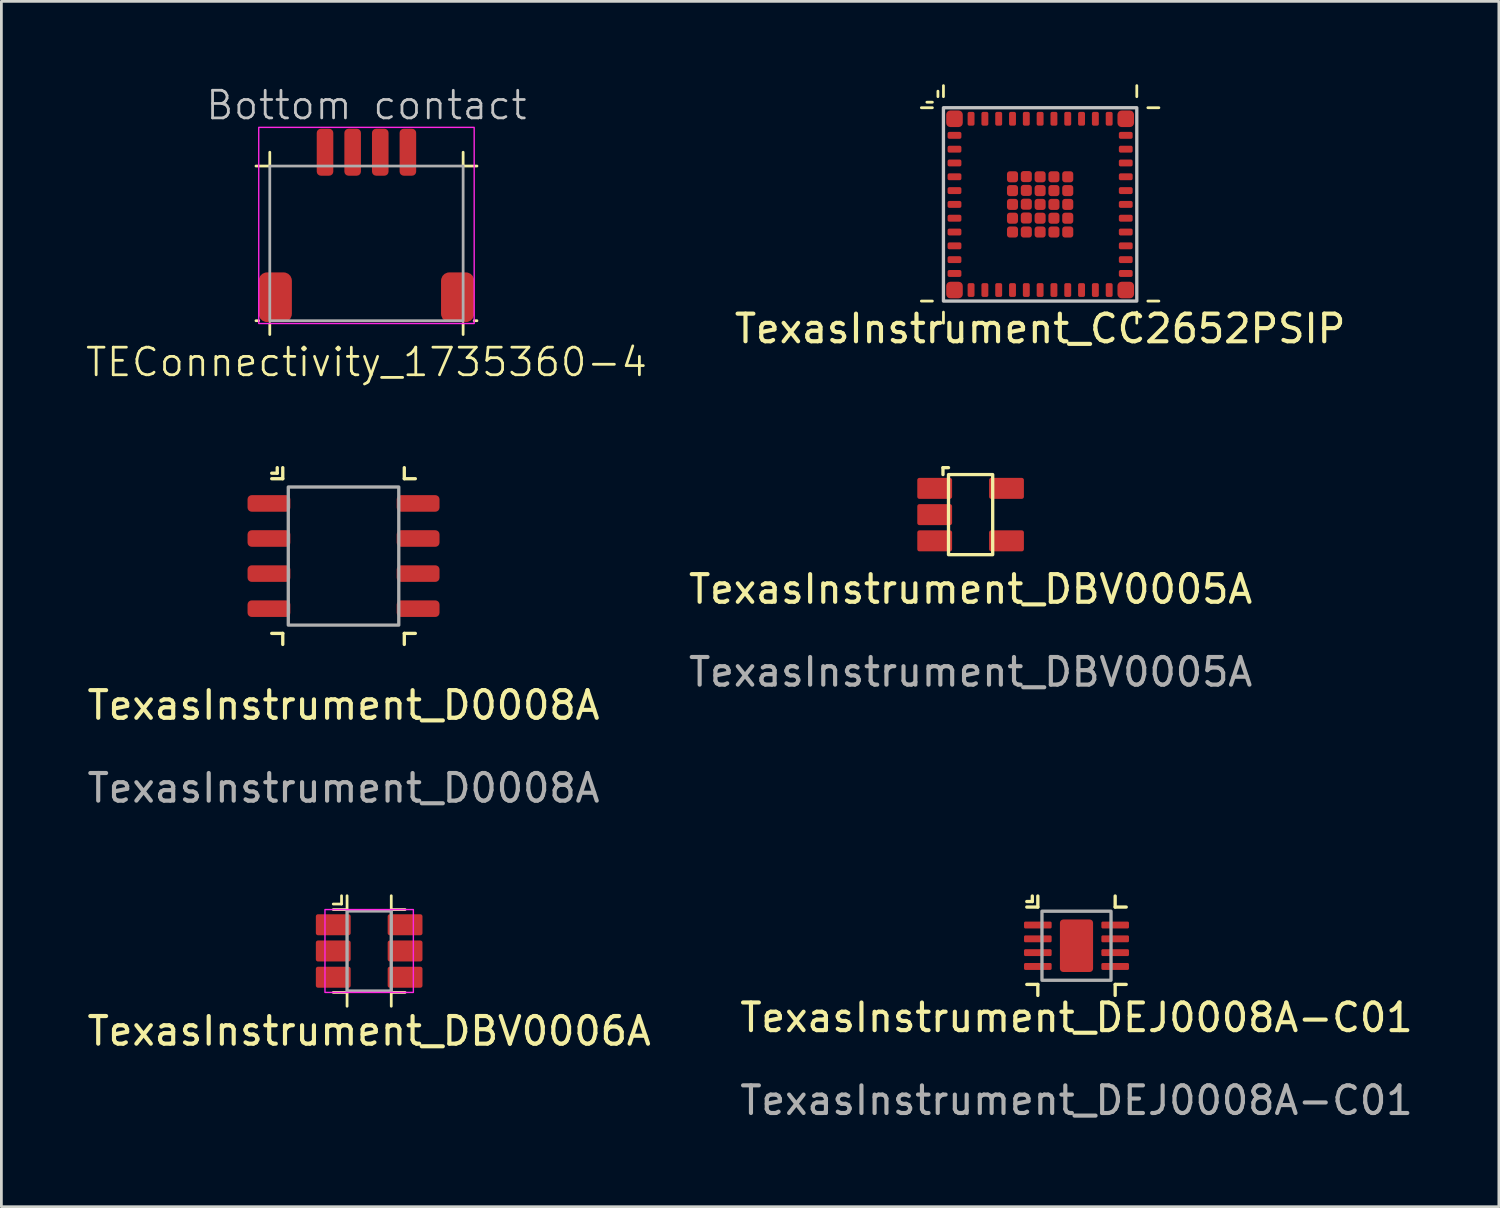
<source format=kicad_pcb>
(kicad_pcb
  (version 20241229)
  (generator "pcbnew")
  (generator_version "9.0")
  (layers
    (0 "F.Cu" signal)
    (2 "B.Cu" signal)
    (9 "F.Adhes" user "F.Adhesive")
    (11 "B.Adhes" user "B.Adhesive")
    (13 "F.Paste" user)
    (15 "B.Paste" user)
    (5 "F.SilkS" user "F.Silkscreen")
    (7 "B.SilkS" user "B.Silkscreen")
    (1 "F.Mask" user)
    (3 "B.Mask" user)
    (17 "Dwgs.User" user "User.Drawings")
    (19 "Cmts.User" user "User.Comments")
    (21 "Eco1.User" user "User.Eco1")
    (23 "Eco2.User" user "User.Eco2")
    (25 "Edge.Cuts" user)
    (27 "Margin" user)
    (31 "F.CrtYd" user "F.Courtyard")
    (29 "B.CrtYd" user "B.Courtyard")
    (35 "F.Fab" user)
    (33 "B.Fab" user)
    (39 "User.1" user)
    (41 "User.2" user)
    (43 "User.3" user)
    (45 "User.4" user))
  (footprint "TexasInstrument_CC2652PSIP"
    (layer "F.Cu")
    (at 34.606 4.35)
    (property "Reference" "TexasInstrument_CC2652PSIP" (at 0 4.5 0) (unlocked yes) (layer "F.SilkS") (effects (font (size 1 1) (thickness 0.15))))
    (attr smd)
    (fp_line (start -4.1 -3.7) (end -3.9 -3.7) (stroke (width 0.1) (type default)) (layer "F.SilkS"))
    (fp_line (start -3.9 -3.5) (end -4.3 -3.5) (stroke (width 0.1) (type default)) (layer "F.SilkS"))
    (fp_line (start -3.9 3.5) (end -4.3 3.5) (stroke (width 0.1) (type default)) (layer "F.SilkS"))
    (fp_line (start -3.7 -3.9) (end -3.7 -4.1) (stroke (width 0.1) (type default)) (layer "F.SilkS"))
    (fp_line (start -3.5 -3.9) (end -3.5 -4.3) (stroke (width 0.1) (type default)) (layer "F.SilkS"))
    (fp_line (start -3.5 3.9) (end -3.5 4.3) (stroke (width 0.1) (type default)) (layer "F.SilkS"))
    (fp_line (start 3.5 -3.9) (end 3.5 -4.3) (stroke (width 0.1) (type default)) (layer "F.SilkS"))
    (fp_line (start 3.5 3.9) (end 3.5 4.3) (stroke (width 0.1) (type default)) (layer "F.SilkS"))
    (fp_line (start 3.9 -3.5) (end 4.3 -3.5) (stroke (width 0.1) (type default)) (layer "F.SilkS"))
    (fp_line (start 3.9 3.5) (end 4.3 3.5) (stroke (width 0.1) (type default)) (layer "F.SilkS"))
    (fp_rect (start -3.5 -3.5) (end 3.5 3.5) (stroke (width 0.12) (type solid)) (fill no) (layer "Dwgs.User"))
    (pad "1" smd roundrect (at -3.1 -3.1) (size 0.6 0.6) (layers "F.Cu" "F.Mask" "F.Paste") (roundrect_rratio 0.25))
    (pad "2" smd roundrect (at -3.1 -2.5) (size 0.5 0.25) (layers "F.Cu" "F.Mask" "F.Paste") (roundrect_rratio 0.25))
    (pad "3" smd roundrect (at -3.1 -2) (size 0.5 0.25) (layers "F.Cu" "F.Mask" "F.Paste") (roundrect_rratio 0.25))
    (pad "4" smd roundrect (at -3.1 -1.5) (size 0.5 0.25) (layers "F.Cu" "F.Mask" "F.Paste") (roundrect_rratio 0.25))
    (pad "5" smd roundrect (at -3.1 -1) (size 0.5 0.25) (layers "F.Cu" "F.Mask" "F.Paste") (roundrect_rratio 0.25))
    (pad "6" smd roundrect (at -3.1 -0.5) (size 0.5 0.25) (layers "F.Cu" "F.Mask" "F.Paste") (roundrect_rratio 0.25))
    (pad "7" smd roundrect (at -3.1 0) (size 0.5 0.25) (layers "F.Cu" "F.Mask" "F.Paste") (roundrect_rratio 0.25))
    (pad "8" smd roundrect (at -3.1 0.5) (size 0.5 0.25) (layers "F.Cu" "F.Mask" "F.Paste") (roundrect_rratio 0.25))
    (pad "9" smd roundrect (at -3.1 1) (size 0.5 0.25) (layers "F.Cu" "F.Mask" "F.Paste") (roundrect_rratio 0.25))
    (pad "10" smd roundrect (at -3.1 1.5) (size 0.5 0.25) (layers "F.Cu" "F.Mask" "F.Paste") (roundrect_rratio 0.25))
    (pad "11" smd roundrect (at -3.1 2) (size 0.5 0.25) (layers "F.Cu" "F.Mask" "F.Paste") (roundrect_rratio 0.25))
    (pad "12" smd roundrect (at -3.1 2.5) (size 0.5 0.25) (layers "F.Cu" "F.Mask" "F.Paste") (roundrect_rratio 0.25))
    (pad "13" smd roundrect (at -3.1 3.1) (size 0.6 0.6) (layers "F.Cu" "F.Mask" "F.Paste") (roundrect_rratio 0.25))
    (pad "14" smd roundrect (at -2.5 3.1 90) (size 0.5 0.25) (layers "F.Cu" "F.Mask" "F.Paste") (roundrect_rratio 0.25))
    (pad "15" smd roundrect (at -2 3.1 90) (size 0.5 0.25) (layers "F.Cu" "F.Mask" "F.Paste") (roundrect_rratio 0.25))
    (pad "16" smd roundrect (at -1.5 3.1 90) (size 0.5 0.25) (layers "F.Cu" "F.Mask" "F.Paste") (roundrect_rratio 0.25))
    (pad "17" smd roundrect (at -1 3.1 90) (size 0.5 0.25) (layers "F.Cu" "F.Mask" "F.Paste") (roundrect_rratio 0.25))
    (pad "18" smd roundrect (at -0.5 3.1 90) (size 0.5 0.25) (layers "F.Cu" "F.Mask" "F.Paste") (roundrect_rratio 0.25))
    (pad "19" smd roundrect (at 0 3.1 90) (size 0.5 0.25) (layers "F.Cu" "F.Mask" "F.Paste") (roundrect_rratio 0.25))
    (pad "20" smd roundrect (at 0.5 3.1 90) (size 0.5 0.25) (layers "F.Cu" "F.Mask" "F.Paste") (roundrect_rratio 0.25))
    (pad "21" smd roundrect (at 1 3.1 90) (size 0.5 0.25) (layers "F.Cu" "F.Mask" "F.Paste") (roundrect_rratio 0.25))
    (pad "22" smd roundrect (at 1.5 3.1 90) (size 0.5 0.25) (layers "F.Cu" "F.Mask" "F.Paste") (roundrect_rratio 0.25))
    (pad "23" smd roundrect (at 2 3.1 90) (size 0.5 0.25) (layers "F.Cu" "F.Mask" "F.Paste") (roundrect_rratio 0.25))
    (pad "24" smd roundrect (at 2.5 3.1 90) (size 0.5 0.25) (layers "F.Cu" "F.Mask" "F.Paste") (roundrect_rratio 0.25))
    (pad "25" smd roundrect (at 3.1 3.1) (size 0.6 0.6) (layers "F.Cu" "F.Mask" "F.Paste") (roundrect_rratio 0.25))
    (pad "26" smd roundrect (at 3.1 2.5) (size 0.5 0.25) (layers "F.Cu" "F.Mask" "F.Paste") (roundrect_rratio 0.25))
    (pad "27" smd roundrect (at 3.1 2) (size 0.5 0.25) (layers "F.Cu" "F.Mask" "F.Paste") (roundrect_rratio 0.25))
    (pad "28" smd roundrect (at 3.1 1.5) (size 0.5 0.25) (layers "F.Cu" "F.Mask" "F.Paste") (roundrect_rratio 0.25))
    (pad "29" smd roundrect (at 3.1 1) (size 0.5 0.25) (layers "F.Cu" "F.Mask" "F.Paste") (roundrect_rratio 0.25))
    (pad "30" smd roundrect (at 3.1 0.5) (size 0.5 0.25) (layers "F.Cu" "F.Mask" "F.Paste") (roundrect_rratio 0.25))
    (pad "31" smd roundrect (at 3.1 0) (size 0.5 0.25) (layers "F.Cu" "F.Mask" "F.Paste") (roundrect_rratio 0.25))
    (pad "32" smd roundrect (at 3.1 -0.5) (size 0.5 0.25) (layers "F.Cu" "F.Mask" "F.Paste") (roundrect_rratio 0.25))
    (pad "33" smd roundrect (at 3.1 -1) (size 0.5 0.25) (layers "F.Cu" "F.Mask" "F.Paste") (roundrect_rratio 0.25))
    (pad "34" smd roundrect (at 3.1 -1.5) (size 0.5 0.25) (layers "F.Cu" "F.Mask" "F.Paste") (roundrect_rratio 0.25))
    (pad "35" smd roundrect (at 3.1 -2) (size 0.5 0.25) (layers "F.Cu" "F.Mask" "F.Paste") (roundrect_rratio 0.25))
    (pad "36" smd roundrect (at 3.1 -2.5) (size 0.5 0.25) (layers "F.Cu" "F.Mask" "F.Paste") (roundrect_rratio 0.25))
    (pad "37" smd roundrect (at 3.1 -3.1) (size 0.6 0.6) (layers "F.Cu" "F.Mask" "F.Paste") (roundrect_rratio 0.25))
    (pad "38" smd roundrect (at 2.5 -3.1 90) (size 0.5 0.25) (layers "F.Cu" "F.Mask" "F.Paste") (roundrect_rratio 0.25))
    (pad "39" smd roundrect (at 2 -3.1 90) (size 0.5 0.25) (layers "F.Cu" "F.Mask" "F.Paste") (roundrect_rratio 0.25))
    (pad "40" smd roundrect (at 1.5 -3.1 90) (size 0.5 0.25) (layers "F.Cu" "F.Mask" "F.Paste") (roundrect_rratio 0.25))
    (pad "41" smd roundrect (at 1 -3.1 90) (size 0.5 0.25) (layers "F.Cu" "F.Mask" "F.Paste") (roundrect_rratio 0.25))
    (pad "42" smd roundrect (at 0.5 -3.1 90) (size 0.5 0.25) (layers "F.Cu" "F.Mask" "F.Paste") (roundrect_rratio 0.25))
    (pad "43" smd roundrect (at 0 -3.1 90) (size 0.5 0.25) (layers "F.Cu" "F.Mask" "F.Paste") (roundrect_rratio 0.25))
    (pad "44" smd roundrect (at -0.5 -3.1 90) (size 0.5 0.25) (layers "F.Cu" "F.Mask" "F.Paste") (roundrect_rratio 0.25))
    (pad "45" smd roundrect (at -1 -3.1 90) (size 0.5 0.25) (layers "F.Cu" "F.Mask" "F.Paste") (roundrect_rratio 0.25))
    (pad "46" smd roundrect (at -1.5 -3.1 90) (size 0.5 0.25) (layers "F.Cu" "F.Mask" "F.Paste") (roundrect_rratio 0.25))
    (pad "47" smd roundrect (at -2 -3.1 90) (size 0.5 0.25) (layers "F.Cu" "F.Mask" "F.Paste") (roundrect_rratio 0.25))
    (pad "48" smd roundrect (at -2.5 -3.1 90) (size 0.5 0.25) (layers "F.Cu" "F.Mask" "F.Paste") (roundrect_rratio 0.25))
    (pad "49" smd roundrect (at -1 -1 90) (size 0.4 0.4) (layers "F.Cu" "F.Mask" "F.Paste") (roundrect_rratio 0.25))
    (pad "50" smd roundrect (at -0.5 -1.007 90) (size 0.4 0.4) (layers "F.Cu" "F.Mask" "F.Paste") (roundrect_rratio 0.25))
    (pad "51" smd roundrect (at 0 -1 90) (size 0.4 0.4) (layers "F.Cu" "F.Mask" "F.Paste") (roundrect_rratio 0.25))
    (pad "52" smd roundrect (at 0.5 -1 90) (size 0.4 0.4) (layers "F.Cu" "F.Mask" "F.Paste") (roundrect_rratio 0.25))
    (pad "53" smd roundrect (at 1 -1 90) (size 0.4 0.4) (layers "F.Cu" "F.Mask" "F.Paste") (roundrect_rratio 0.25))
    (pad "54" smd roundrect (at -1 -0.5 90) (size 0.4 0.4) (layers "F.Cu" "F.Mask" "F.Paste") (roundrect_rratio 0.25))
    (pad "55" smd roundrect (at -0.5 -0.507 90) (size 0.4 0.4) (layers "F.Cu" "F.Mask" "F.Paste") (roundrect_rratio 0.25))
    (pad "56" smd roundrect (at 0 -0.5 90) (size 0.4 0.4) (layers "F.Cu" "F.Mask" "F.Paste") (roundrect_rratio 0.25))
    (pad "57" smd roundrect (at 0.5 -0.5 90) (size 0.4 0.4) (layers "F.Cu" "F.Mask" "F.Paste") (roundrect_rratio 0.25))
    (pad "58" smd roundrect (at 1 -0.5 90) (size 0.4 0.4) (layers "F.Cu" "F.Mask" "F.Paste") (roundrect_rratio 0.25))
    (pad "59" smd roundrect (at -1 0 90) (size 0.4 0.4) (layers "F.Cu" "F.Mask" "F.Paste") (roundrect_rratio 0.25))
    (pad "60" smd roundrect (at -0.5 -0.007 90) (size 0.4 0.4) (layers "F.Cu" "F.Mask" "F.Paste") (roundrect_rratio 0.25))
    (pad "61" smd roundrect (at 0 0 90) (size 0.4 0.4) (layers "F.Cu" "F.Mask" "F.Paste") (roundrect_rratio 0.25))
    (pad "62" smd roundrect (at 0.5 0 90) (size 0.4 0.4) (layers "F.Cu" "F.Mask" "F.Paste") (roundrect_rratio 0.25))
    (pad "63" smd roundrect (at 1 0 90) (size 0.4 0.4) (layers "F.Cu" "F.Mask" "F.Paste") (roundrect_rratio 0.25))
    (pad "64" smd roundrect (at -1 0.5 90) (size 0.4 0.4) (layers "F.Cu" "F.Mask" "F.Paste") (roundrect_rratio 0.25))
    (pad "65" smd roundrect (at -0.5 0.493 90) (size 0.4 0.4) (layers "F.Cu" "F.Mask" "F.Paste") (roundrect_rratio 0.25))
    (pad "66" smd roundrect (at 0 0.5 90) (size 0.4 0.4) (layers "F.Cu" "F.Mask" "F.Paste") (roundrect_rratio 0.25))
    (pad "67" smd roundrect (at 0.5 0.5 90) (size 0.4 0.4) (layers "F.Cu" "F.Mask" "F.Paste") (roundrect_rratio 0.25))
    (pad "68" smd roundrect (at 1 0.5 90) (size 0.4 0.4) (layers "F.Cu" "F.Mask" "F.Paste") (roundrect_rratio 0.25))
    (pad "69" smd roundrect (at -1 1 90) (size 0.4 0.4) (layers "F.Cu" "F.Mask" "F.Paste") (roundrect_rratio 0.25))
    (pad "70" smd roundrect (at -0.5 1 90) (size 0.4 0.4) (layers "F.Cu" "F.Mask" "F.Paste") (roundrect_rratio 0.25))
    (pad "71" smd roundrect (at 0 1 90) (size 0.4 0.4) (layers "F.Cu" "F.Mask" "F.Paste") (roundrect_rratio 0.25))
    (pad "72" smd roundrect (at 0.5 1 90) (size 0.4 0.4) (layers "F.Cu" "F.Mask" "F.Paste") (roundrect_rratio 0.25))
    (pad "73" smd roundrect (at 1 1 90) (size 0.4 0.4) (layers "F.Cu" "F.Mask" "F.Paste") (roundrect_rratio 0.25)))
  (footprint "TexasInstrument_D0008A"
    (layer "F.Cu")
    (at 9.387 17.081)
    (property "Reference" "TexasInstrument_D0008A" (at 0 5.4 0) (unlocked yes) (layer "F.SilkS") (effects (font (size 1 1) (thickness 0.15))))
    (attr smd)
    (fp_line (start -2.6 -3) (end -2.4 -3) (stroke (width 0.12) (type solid)) (layer "F.SilkS"))
    (fp_line (start -2.6 -2.8) (end -2.2 -2.8) (stroke (width 0.12) (type solid)) (layer "F.SilkS"))
    (fp_line (start -2.4 -3) (end -2.4 -3.2) (stroke (width 0.12) (type solid)) (layer "F.SilkS"))
    (fp_line (start -2.2 -2.8) (end -2.2 -3.2) (stroke (width 0.12) (type solid)) (layer "F.SilkS"))
    (fp_line (start -2.2 2.8) (end -2.6 2.8) (stroke (width 0.12) (type solid)) (layer "F.SilkS"))
    (fp_line (start -2.2 3.2) (end -2.2 2.8) (stroke (width 0.12) (type solid)) (layer "F.SilkS"))
    (fp_line (start 2.2 -3.2) (end 2.2 -2.8) (stroke (width 0.12) (type solid)) (layer "F.SilkS"))
    (fp_line (start 2.2 -2.8) (end 2.6 -2.8) (stroke (width 0.12) (type solid)) (layer "F.SilkS"))
    (fp_line (start 2.2 2.8) (end 2.6 2.8) (stroke (width 0.12) (type solid)) (layer "F.SilkS"))
    (fp_line (start 2.2 3.2) (end 2.2 2.8) (stroke (width 0.12) (type solid)) (layer "F.SilkS"))
    (fp_rect (start -2 -2.5) (end 2 2.5) (stroke (width 0.12) (type solid)) (fill no) (layer "F.Fab"))
    (fp_text user "${REFERENCE}" (at 0 8.4 0) (unlocked yes) (layer "F.Fab") (effects (font (size 1 1) (thickness 0.15))))
    (pad "1" smd roundrect (at -2.7 -1.905) (size 1.55 0.6) (layers "F.Cu" "F.Mask" "F.Paste") (roundrect_rratio 0.25))
    (pad "2" smd roundrect (at -2.7 -0.635) (size 1.55 0.6) (layers "F.Cu" "F.Mask" "F.Paste") (roundrect_rratio 0.25))
    (pad "3" smd roundrect (at -2.7 0.635) (size 1.55 0.6) (layers "F.Cu" "F.Mask" "F.Paste") (roundrect_rratio 0.25))
    (pad "4" smd roundrect (at -2.7 1.905) (size 1.55 0.6) (layers "F.Cu" "F.Mask" "F.Paste") (roundrect_rratio 0.25))
    (pad "5" smd roundrect (at 2.7 1.905) (size 1.55 0.6) (layers "F.Cu" "F.Mask" "F.Paste") (roundrect_rratio 0.25))
    (pad "6" smd roundrect (at 2.7 0.635) (size 1.55 0.6) (layers "F.Cu" "F.Mask" "F.Paste") (roundrect_rratio 0.25))
    (pad "7" smd roundrect (at 2.7 -0.635) (size 1.55 0.6) (layers "F.Cu" "F.Mask" "F.Paste") (roundrect_rratio 0.25))
    (pad "8" smd roundrect (at 2.7 -1.905) (size 1.55 0.6) (layers "F.Cu" "F.Mask" "F.Paste") (roundrect_rratio 0.25)))
  (footprint "TEConnectivity_1735360-4"
    (layer "F.Cu")
    (at 10.217 5.061)
    (property "Reference" "TEConnectivity_1735360-4" (at 0 5 0) (unlocked yes) (layer "F.SilkS") (effects (font (size 1 1) (thickness 0.1))))
    (attr smd)
    (fp_line (start -3.9 3.5) (end -4 3.5) (stroke (width 0.1) (type default)) (layer "F.SilkS"))
    (fp_line (start -3.5 -2.1) (end -4 -2.1) (stroke (width 0.1) (type default)) (layer "F.SilkS"))
    (fp_line (start -3.5 -2.1) (end -3.5 -2.6) (stroke (width 0.1) (type default)) (layer "F.SilkS"))
    (fp_line (start -3.5 3.6) (end -3.5 4) (stroke (width 0.1) (type default)) (layer "F.SilkS"))
    (fp_line (start 3.5 -2.1) (end 3.5 -2.6) (stroke (width 0.1) (type default)) (layer "F.SilkS"))
    (fp_line (start 3.5 -2.1) (end 4 -2.1) (stroke (width 0.1) (type default)) (layer "F.SilkS"))
    (fp_line (start 3.5 3.6) (end 3.5 4) (stroke (width 0.1) (type default)) (layer "F.SilkS"))
    (fp_line (start 4 3.5) (end 3.9 3.5) (stroke (width 0.1) (type default)) (layer "F.SilkS"))
    (fp_rect (start -3.9 -3.5) (end 3.9 3.6) (stroke (width 0.05) (type default)) (fill no) (layer "F.CrtYd"))
    (fp_rect (start -3.5 -2.1) (end 3.5 3.5) (stroke (width 0.1) (type default)) (fill no) (layer "F.Fab"))
    (fp_text user "Bottom contact" (at 0 -4.3 0) (layer "Dwgs.User") (effects (font (size 1 1) (thickness 0.1))))
    (pad "" smd roundrect (at -3.3 2.65) (size 1.2 1.8) (layers "F.Cu" "F.Mask" "F.Paste") (roundrect_rratio 0.25))
    (pad "" smd roundrect (at 3.3 2.65) (size 1.2 1.8) (layers "F.Cu" "F.Mask" "F.Paste") (roundrect_rratio 0.25))
    (pad "1" smd roundrect (at -1.5 -2.6) (size 0.6 1.7) (layers "F.Cu" "F.Mask" "F.Paste") (roundrect_rratio 0.25))
    (pad "2" smd roundrect (at -0.5 -2.6) (size 0.6 1.7) (layers "F.Cu" "F.Mask" "F.Paste") (roundrect_rratio 0.25))
    (pad "3" smd roundrect (at 0.5 -2.6) (size 0.6 1.7) (layers "F.Cu" "F.Mask" "F.Paste") (roundrect_rratio 0.25))
    (pad "4" smd roundrect (at 1.5 -2.6) (size 0.6 1.7) (layers "F.Cu" "F.Mask" "F.Paste") (roundrect_rratio 0.25)))
  (footprint "TexasInstrument_DEJ0008A-C01"
    (layer "F.Cu")
    (at 35.923 31.189)
    (property "Reference" "TexasInstrument_DEJ0008A-C01" (at 0 2.6 0) (unlocked yes) (layer "F.SilkS") (effects (font (size 1 1) (thickness 0.15))))
    (attr smd)
    (fp_line (start -1.8 -1.6) (end -1.6 -1.6) (stroke (width 0.12) (type solid)) (layer "F.SilkS"))
    (fp_line (start -1.8 -1.4) (end -1.4 -1.4) (stroke (width 0.12) (type solid)) (layer "F.SilkS"))
    (fp_line (start -1.6 -1.8) (end -1.6 -1.6) (stroke (width 0.12) (type solid)) (layer "F.SilkS"))
    (fp_line (start -1.4 -1.4) (end -1.4 -1.8) (stroke (width 0.12) (type solid)) (layer "F.SilkS"))
    (fp_line (start -1.4 1.4) (end -1.8 1.4) (stroke (width 0.12) (type solid)) (layer "F.SilkS"))
    (fp_line (start -1.4 1.8) (end -1.4 1.4) (stroke (width 0.12) (type solid)) (layer "F.SilkS"))
    (fp_line (start 1.4 -1.4) (end 1.4 -1.8) (stroke (width 0.12) (type solid)) (layer "F.SilkS"))
    (fp_line (start 1.4 -1.4) (end 1.8 -1.4) (stroke (width 0.12) (type solid)) (layer "F.SilkS"))
    (fp_line (start 1.4 1.4) (end 1.8 1.4) (stroke (width 0.12) (type solid)) (layer "F.SilkS"))
    (fp_line (start 1.4 1.8) (end 1.4 1.4) (stroke (width 0.12) (type solid)) (layer "F.SilkS"))
    (fp_rect (start -1.25 -1.25) (end 1.25 1.25) (stroke (width 0.12) (type solid)) (fill no) (layer "F.Fab"))
    (fp_text user "${REFERENCE}" (at 0 5.6 0) (unlocked yes) (layer "F.Fab") (effects (font (size 1 1) (thickness 0.15))))
    (pad "1" smd roundrect (at -1.4 -0.75) (size 1 0.25) (layers "F.Cu" "F.Mask" "F.Paste") (roundrect_rratio 0.2))
    (pad "2" smd roundrect (at -1.4 -0.25) (size 1 0.25) (layers "F.Cu" "F.Mask" "F.Paste") (roundrect_rratio 0.2))
    (pad "3" smd roundrect (at -1.4 0.25) (size 1 0.25) (layers "F.Cu" "F.Mask" "F.Paste") (roundrect_rratio 0.2))
    (pad "4" smd roundrect (at -1.4 0.75) (size 1 0.25) (layers "F.Cu" "F.Mask" "F.Paste") (roundrect_rratio 0.2))
    (pad "5" smd roundrect (at 1.4 0.75) (size 1 0.25) (layers "F.Cu" "F.Mask" "F.Paste") (roundrect_rratio 0.2))
    (pad "6" smd roundrect (at 1.4 0.25) (size 1 0.25) (layers "F.Cu" "F.Mask" "F.Paste") (roundrect_rratio 0.2))
    (pad "7" smd roundrect (at 1.4 -0.25) (size 1 0.25) (layers "F.Cu" "F.Mask" "F.Paste") (roundrect_rratio 0.2))
    (pad "8" smd roundrect (at 1.4 -0.75) (size 1 0.25) (layers "F.Cu" "F.Mask" "F.Paste") (roundrect_rratio 0.2))
    (pad "9" smd roundrect (at 0 0) (size 1.2 1.9) (layers "F.Cu" "F.Mask" "F.Paste") (roundrect_rratio 0.1)))
  (footprint "TexasInstrument_DBV0005A"
    (layer "F.Cu")
    (at 32.089 15.581)
    (property "Reference" "TexasInstrument_DBV0005A" (at 0 2.7 0) (unlocked yes) (layer "F.SilkS") (effects (font (size 1 1) (thickness 0.15))))
    (attr smd)
    (fp_line (start -1 -1.7) (end -0.8 -1.7) (stroke (width 0.12) (type solid)) (layer "F.SilkS"))
    (fp_line (start -1 -1.45) (end -1 -1.7) (stroke (width 0.12) (type solid)) (layer "F.SilkS"))
    (fp_rect (start -0.8 -1.45) (end 0.8 1.45) (stroke (width 0.12) (type solid)) (fill no) (layer "F.SilkS"))
    (fp_text user "${REFERENCE}" (at 0 5.7 0) (unlocked yes) (layer "F.Fab") (effects (font (size 1 1) (thickness 0.15))))
    (pad "1" smd roundrect (at -1.3 -0.95) (size 1.26 0.76) (layers "F.Cu" "F.Mask" "F.Paste") (roundrect_rratio 0.1))
    (pad "2" smd roundrect (at -1.3 0) (size 1.26 0.76) (layers "F.Cu" "F.Mask" "F.Paste") (roundrect_rratio 0.1))
    (pad "3" smd roundrect (at -1.3 0.95) (size 1.26 0.76) (layers "F.Cu" "F.Mask" "F.Paste") (roundrect_rratio 0.1))
    (pad "4" smd roundrect (at 1.3 0.95) (size 1.26 0.76) (layers "F.Cu" "F.Mask" "F.Paste") (roundrect_rratio 0.1))
    (pad "5" smd roundrect (at 1.3 -0.95) (size 1.26 0.76) (layers "F.Cu" "F.Mask" "F.Paste") (roundrect_rratio 0.1)))
  (footprint "TexasInstrument_DBV0006A"
    (layer "F.Cu")
    (at 10.315 31.379)
    (property "Reference" "TexasInstrument_DBV0006A" (at 0 2.9 0) (unlocked yes) (layer "F.SilkS") (effects (font (size 1 1) (thickness 0.15))))
    (attr smd)
    (fp_line (start -1.3 -1.7) (end -1 -1.7) (stroke (width 0.1) (type default)) (layer "F.SilkS"))
    (fp_line (start -1 -1.7) (end -1 -2) (stroke (width 0.1) (type default)) (layer "F.SilkS"))
    (fp_line (start -0.8 -1.5) (end -1.3 -1.5) (stroke (width 0.1) (type default)) (layer "F.SilkS"))
    (fp_line (start -0.8 -1.5) (end -0.8 -2) (stroke (width 0.1) (type default)) (layer "F.SilkS"))
    (fp_line (start -0.8 1.5) (end -1.3 1.5) (stroke (width 0.1) (type default)) (layer "F.SilkS"))
    (fp_line (start -0.8 1.5) (end -0.8 2) (stroke (width 0.1) (type default)) (layer "F.SilkS"))
    (fp_line (start 0.8 -1.5) (end 0.8 -2) (stroke (width 0.1) (type default)) (layer "F.SilkS"))
    (fp_line (start 0.8 -1.5) (end 1.3 -1.5) (stroke (width 0.1) (type default)) (layer "F.SilkS"))
    (fp_line (start 0.8 1.5) (end 0.8 2) (stroke (width 0.1) (type default)) (layer "F.SilkS"))
    (fp_line (start 0.8 1.5) (end 1.3 1.5) (stroke (width 0.1) (type default)) (layer "F.SilkS"))
    (fp_rect (start -1.6 -1.5) (end 1.6 1.5) (stroke (width 0.05) (type default)) (fill no) (layer "F.CrtYd"))
    (fp_rect (start -0.8 -1.45) (end 0.8 1.45) (stroke (width 0.12) (type solid)) (fill no) (layer "F.Fab"))
    (pad "1" smd roundrect (at -1.3 -0.95) (size 1.26 0.76) (layers "F.Cu" "F.Mask" "F.Paste") (roundrect_rratio 0.1))
    (pad "2" smd roundrect (at -1.3 0) (size 1.26 0.76) (layers "F.Cu" "F.Mask" "F.Paste") (roundrect_rratio 0.1))
    (pad "3" smd roundrect (at -1.3 0.95) (size 1.26 0.76) (layers "F.Cu" "F.Mask" "F.Paste") (roundrect_rratio 0.1))
    (pad "4" smd roundrect (at 1.3 0.95) (size 1.26 0.76) (layers "F.Cu" "F.Mask" "F.Paste") (roundrect_rratio 0.1))
    (pad "5" smd roundrect (at 1.3 0) (size 1.26 0.76) (layers "F.Cu" "F.Mask" "F.Paste") (roundrect_rratio 0.1))
    (pad "6" smd roundrect (at 1.3 -0.95) (size 1.26 0.76) (layers "F.Cu" "F.Mask" "F.Paste") (roundrect_rratio 0.1)))
  (gr_rect
    (start -3 -3)
    (end 51.214 40.638)
    (stroke (width 0.1) (type default))
    (fill no)
    (layer "Edge.Cuts")))
</source>
